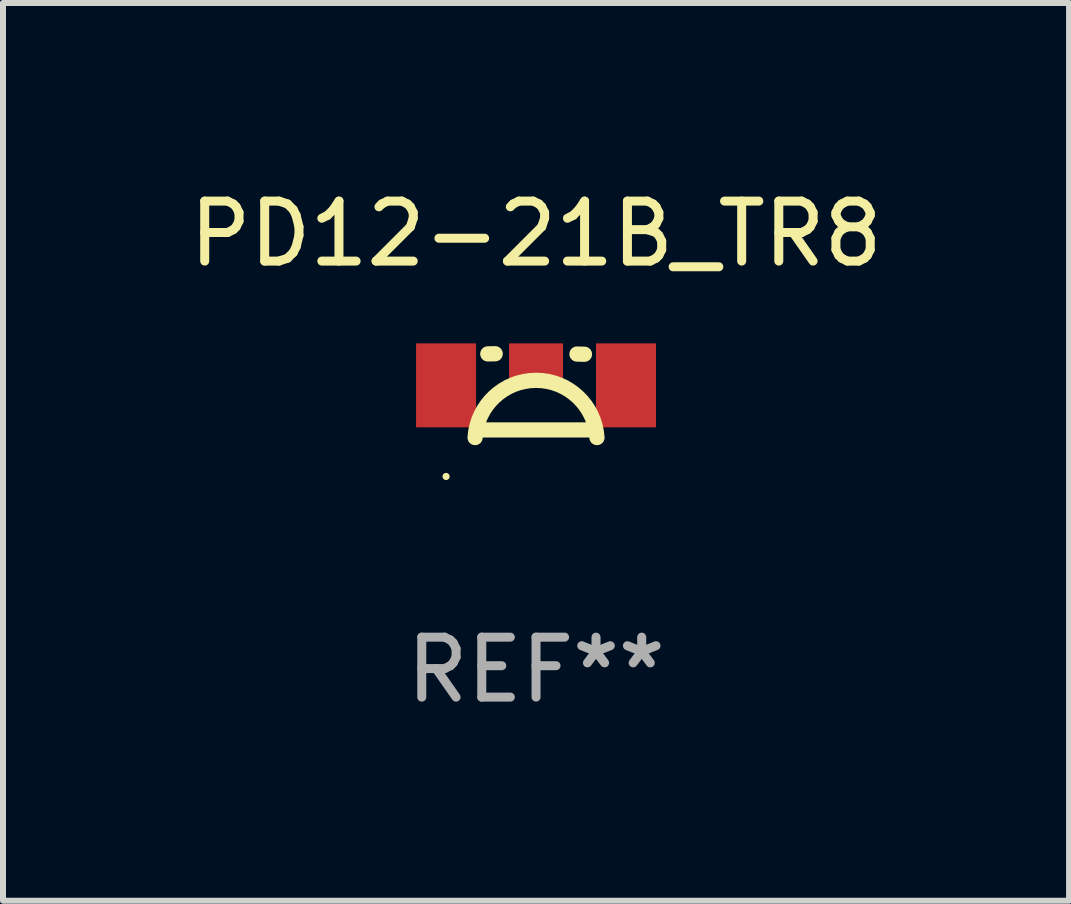
<source format=kicad_pcb>
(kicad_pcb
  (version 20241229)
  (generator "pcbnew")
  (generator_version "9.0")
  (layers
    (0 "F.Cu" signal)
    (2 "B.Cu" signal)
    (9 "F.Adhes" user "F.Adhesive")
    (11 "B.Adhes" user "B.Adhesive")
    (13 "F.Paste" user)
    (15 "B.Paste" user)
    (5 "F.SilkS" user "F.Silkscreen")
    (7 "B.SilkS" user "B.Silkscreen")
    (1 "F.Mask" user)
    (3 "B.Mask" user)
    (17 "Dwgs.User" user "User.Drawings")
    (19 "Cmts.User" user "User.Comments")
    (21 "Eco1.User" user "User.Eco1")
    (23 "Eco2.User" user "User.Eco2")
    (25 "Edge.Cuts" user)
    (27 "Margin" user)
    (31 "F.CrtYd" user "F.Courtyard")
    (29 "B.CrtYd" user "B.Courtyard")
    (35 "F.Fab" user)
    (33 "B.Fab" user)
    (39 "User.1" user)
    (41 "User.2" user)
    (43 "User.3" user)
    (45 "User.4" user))
  (footprint "PD12-21B_TR8"
    (layer "F.Cu")
    (at 5.887 3.483)
    (property "Reference" "PD12-21B_TR8" (at 0 -2.635 0) (layer "F.SilkS") (effects (font (size 1 1) (thickness 0.15))))
    (attr through_hole)
    (fp_line (start -0.681 -0.635) (end -0.804 -0.633) (stroke (width 0.254) (type solid)) (layer "F.SilkS"))
    (fp_line (start 0.807 -0.627) (end 0.683 -0.63) (stroke (width 0.254) (type solid)) (layer "F.SilkS"))
    (fp_line (start 0.873 0.635) (end -0.873 0.635) (stroke (width 0.254) (type solid)) (layer "F.SilkS"))
    (fp_arc (start -1.016104 0.762002) (mid -0.000102 -0.192602) (end 1.0159 0.762002) (stroke (width 0.254001) (type solid)) (layer "F.SilkS"))
    (fp_circle (center -1.5 1.411) (end -1.47 1.411) (stroke (width 0.06) (type solid)) (fill no) (layer "F.SilkS"))
    (fp_text user "REF**" (at 0 4.635 0) (layer "F.Fab") (effects (font (size 1 1) (thickness 0.15))))
    (pad "1" smd rect (at -1.5 -0.108) (size 1 1.4) (layers "F.Cu" "F.Mask" "F.Paste"))
    (pad "2" smd rect (at 1.5 -0.108) (size 1 1.4) (layers "F.Cu" "F.Mask" "F.Paste"))
    (pad "3" smd rect (at -0.000127 -0.508) (size 0.9 0.6) (layers "F.Cu" "F.Mask" "F.Paste")))
  (gr_rect
    (start -3 -3)
    (end 14.774 11.967)
    (stroke (width 0.1) (type default))
    (fill no)
    (layer "Edge.Cuts")))
</source>
